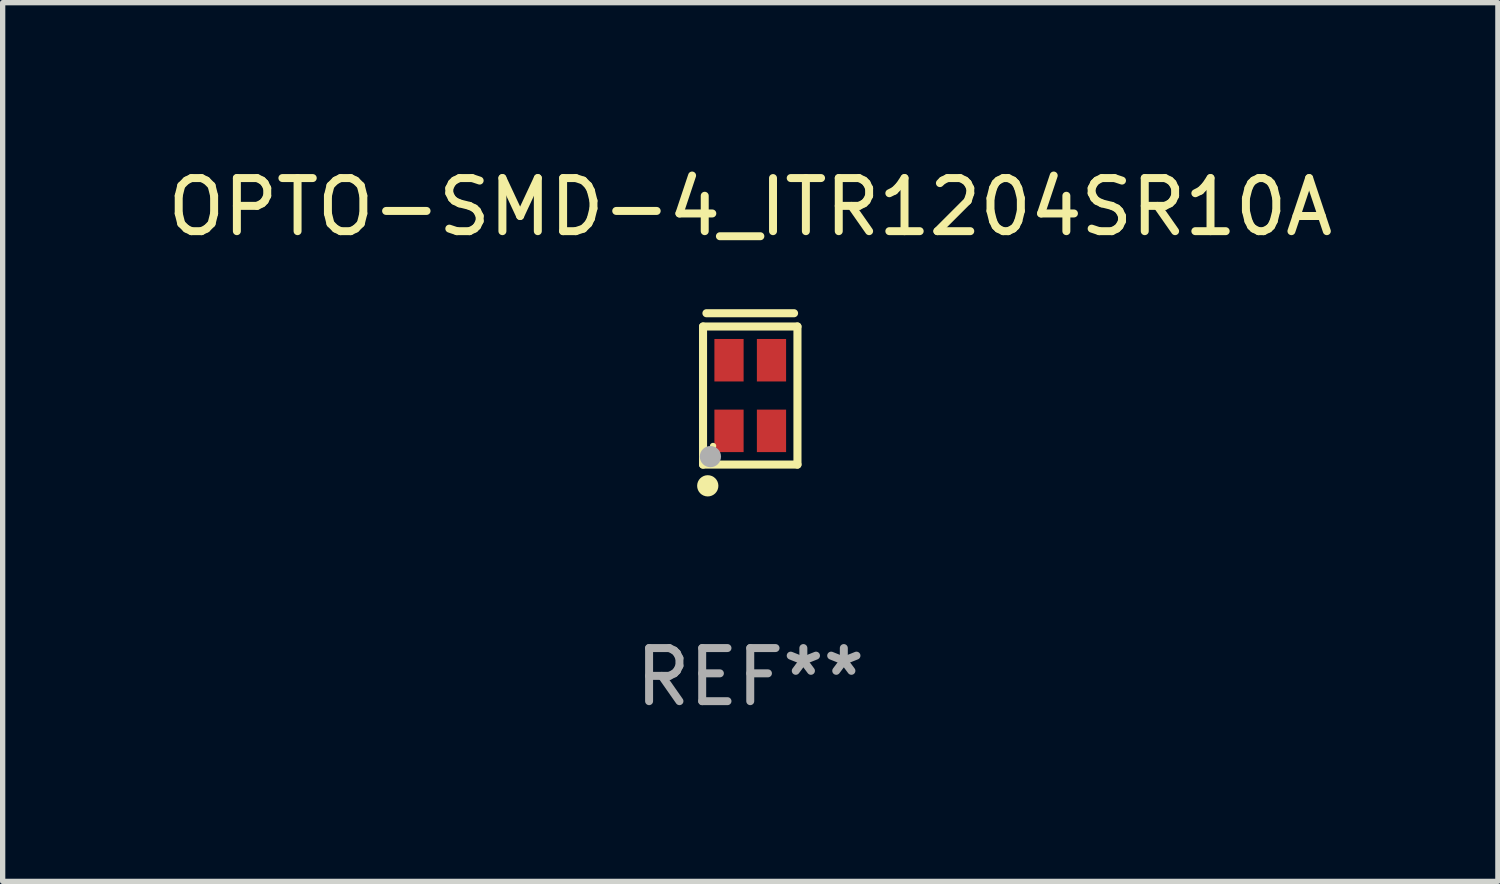
<source format=kicad_pcb>
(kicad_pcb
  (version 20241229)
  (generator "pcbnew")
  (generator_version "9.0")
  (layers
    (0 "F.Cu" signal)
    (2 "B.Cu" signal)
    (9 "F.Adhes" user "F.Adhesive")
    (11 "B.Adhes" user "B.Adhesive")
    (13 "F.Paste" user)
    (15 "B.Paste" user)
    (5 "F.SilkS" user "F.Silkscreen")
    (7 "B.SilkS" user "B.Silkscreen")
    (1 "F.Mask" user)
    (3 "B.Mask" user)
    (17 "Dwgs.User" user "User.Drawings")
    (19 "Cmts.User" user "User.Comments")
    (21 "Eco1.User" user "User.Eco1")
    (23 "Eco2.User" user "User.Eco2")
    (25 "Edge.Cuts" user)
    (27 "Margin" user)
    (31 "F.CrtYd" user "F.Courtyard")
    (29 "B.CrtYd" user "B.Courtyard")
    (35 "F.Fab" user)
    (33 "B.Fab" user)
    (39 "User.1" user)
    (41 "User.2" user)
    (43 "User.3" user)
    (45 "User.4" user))
  (footprint "OPTO-SMD-4_ITR1204SR10A"
    (layer "F.Cu")
    (at 11.077 4.398)
    (property "Reference" "OPTO-SMD-4_ITR1204SR10A" (at 0.000102 -3.55 0) (layer "F.SilkS") (effects (font (size 1 1) (thickness 0.15))))
    (attr smd)
    (fp_line (start -0.889 -1.3) (end 0.889 -1.3) (stroke (width 0.152) (type solid)) (layer "F.SilkS"))
    (fp_line (start -0.889 1.3) (end -0.889 -1.3) (stroke (width 0.152) (type solid)) (layer "F.SilkS"))
    (fp_line (start -0.889 1.3) (end 0.889 1.3) (stroke (width 0.152) (type solid)) (layer "F.SilkS"))
    (fp_line (start -0.825 -1.55) (end 0.825 -1.55) (stroke (width 0.152) (type solid)) (layer "F.SilkS"))
    (fp_line (start 0.889 1.3) (end 0.889 -1.3) (stroke (width 0.152) (type solid)) (layer "F.SilkS"))
    (fp_circle (center -0.8 1.7) (end -0.7 1.7) (stroke (width 0.2) (type solid)) (fill no) (layer "F.SilkS"))
    (fp_circle (center -0.7 0.95) (end -0.67 0.95) (stroke (width 0.06) (type solid)) (fill no) (layer "F.SilkS"))
    (fp_circle (center -0.75 1.15) (end -0.65 1.15) (stroke (width 0.2) (type solid)) (fill no) (layer "F.Fab"))
    (fp_text user "REF**" (at 0.000102 5.3 0) (layer "F.Fab") (effects (font (size 1 1) (thickness 0.15))))
    (pad "1" smd rect (at -0.4 0.665 90) (size 0.8 0.55) (layers "F.Cu" "F.Mask" "F.Paste"))
    (pad "2" smd rect (at 0.4 0.665 90) (size 0.8 0.55) (layers "F.Cu" "F.Mask" "F.Paste"))
    (pad "3" smd rect (at 0.4 -0.665 90) (size 0.8 0.55) (layers "F.Cu" "F.Mask" "F.Paste"))
    (pad "4" smd rect (at -0.4 -0.665 90) (size 0.8 0.55) (layers "F.Cu" "F.Mask" "F.Paste")))
  (gr_rect
    (start -3 -3)
    (end 25.155 13.546)
    (stroke (width 0.1) (type default))
    (fill no)
    (layer "Edge.Cuts")))
</source>
